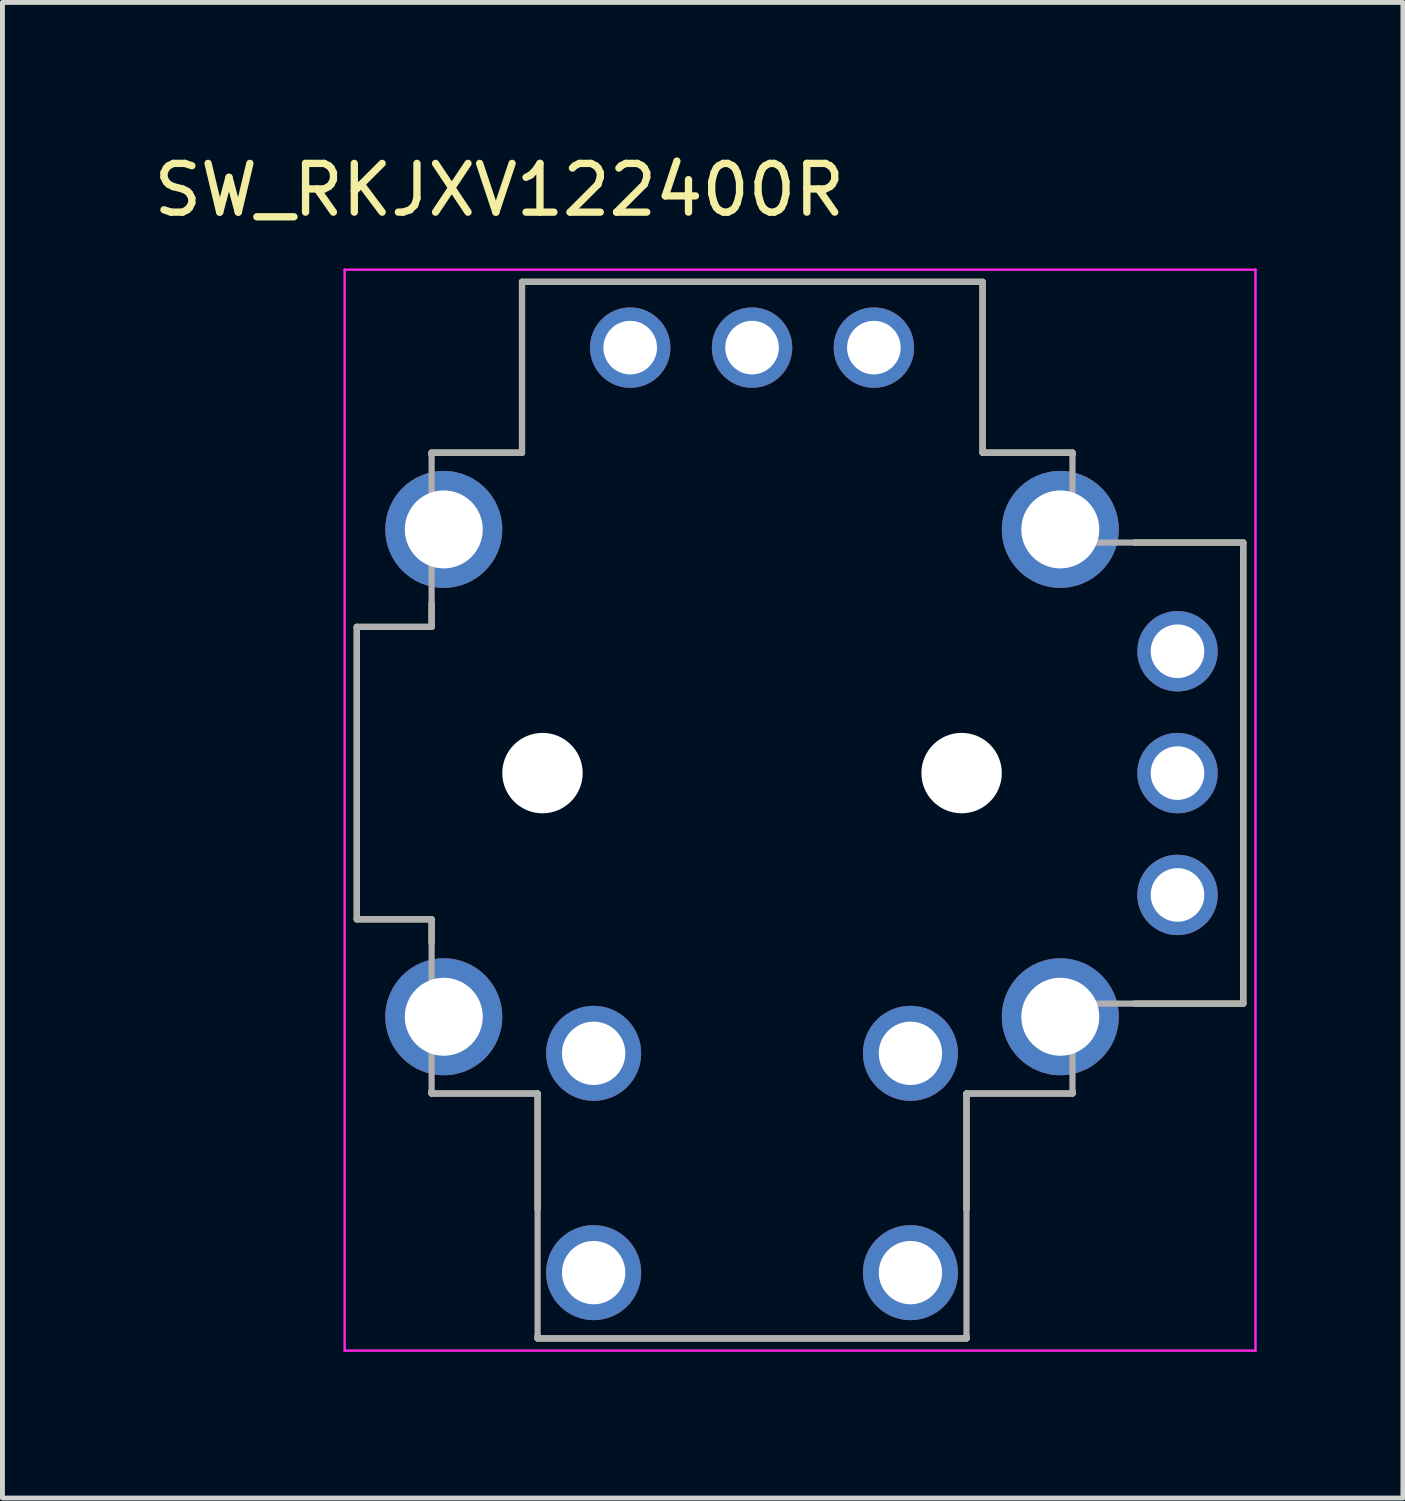
<source format=kicad_pcb>
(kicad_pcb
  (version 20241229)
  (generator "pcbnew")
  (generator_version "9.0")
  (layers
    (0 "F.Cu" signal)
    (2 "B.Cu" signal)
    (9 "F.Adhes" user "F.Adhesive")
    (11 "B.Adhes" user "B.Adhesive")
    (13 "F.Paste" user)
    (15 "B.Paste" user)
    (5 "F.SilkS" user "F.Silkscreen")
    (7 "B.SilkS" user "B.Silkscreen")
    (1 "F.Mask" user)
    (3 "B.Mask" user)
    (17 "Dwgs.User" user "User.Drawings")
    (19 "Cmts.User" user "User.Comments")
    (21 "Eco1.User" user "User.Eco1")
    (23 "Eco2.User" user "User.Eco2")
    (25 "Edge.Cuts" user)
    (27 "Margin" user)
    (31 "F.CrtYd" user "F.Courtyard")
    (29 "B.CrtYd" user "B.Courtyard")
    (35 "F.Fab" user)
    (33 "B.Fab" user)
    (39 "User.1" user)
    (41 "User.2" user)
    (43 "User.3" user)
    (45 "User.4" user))
  (footprint "SW_RKJXV122400R"
    (layer "F.Cu")
    (at 12.381 12.813)
    (property "Reference" "SW_RKJXV122400R" (at -5.185 -11.965 0) (layer "F.SilkS") (effects (font (size 1 1) (thickness 0.15))))
    (attr through_hole)
    (fp_line (start -8.11 -3) (end -6.575 -3) (stroke (width 0.127) (type solid)) (layer "F.SilkS"))
    (fp_line (start -8.11 3) (end -8.11 -3) (stroke (width 0.127) (type solid)) (layer "F.SilkS"))
    (fp_line (start -6.575 -6.575) (end -4.72 -6.575) (stroke (width 0.127) (type solid)) (layer "F.SilkS"))
    (fp_line (start -6.575 -6.52) (end -6.575 -6.575) (stroke (width 0.127) (type solid)) (layer "F.SilkS"))
    (fp_line (start -6.575 -3) (end -6.575 -3.48) (stroke (width 0.127) (type solid)) (layer "F.SilkS"))
    (fp_line (start -6.575 3) (end -8.11 3) (stroke (width 0.127) (type solid)) (layer "F.SilkS"))
    (fp_line (start -6.575 3.48) (end -6.575 3) (stroke (width 0.127) (type solid)) (layer "F.SilkS"))
    (fp_line (start -6.575 6.575) (end -6.575 6.52) (stroke (width 0.127) (type solid)) (layer "F.SilkS"))
    (fp_line (start -4.72 -10.08) (end 4.73 -10.08) (stroke (width 0.127) (type solid)) (layer "F.SilkS"))
    (fp_line (start -4.72 -6.575) (end -4.72 -10.08) (stroke (width 0.127) (type solid)) (layer "F.SilkS"))
    (fp_line (start -4.4 6.575) (end -6.575 6.575) (stroke (width 0.127) (type solid)) (layer "F.SilkS"))
    (fp_line (start -4.4 8.955) (end -4.4 6.575) (stroke (width 0.127) (type solid)) (layer "F.SilkS"))
    (fp_line (start -4.4 11.6) (end -4.4 11.545) (stroke (width 0.127) (type solid)) (layer "F.SilkS"))
    (fp_line (start 4.4 6.575) (end 4.4 8.955) (stroke (width 0.127) (type solid)) (layer "F.SilkS"))
    (fp_line (start 4.4 11.6) (end -4.4 11.6) (stroke (width 0.127) (type solid)) (layer "F.SilkS"))
    (fp_line (start 4.4 11.6) (end 4.4 11.545) (stroke (width 0.127) (type solid)) (layer "F.SilkS"))
    (fp_line (start 4.73 -10.08) (end 4.73 -6.575) (stroke (width 0.127) (type solid)) (layer "F.SilkS"))
    (fp_line (start 4.73 -6.575) (end 6.575 -6.575) (stroke (width 0.127) (type solid)) (layer "F.SilkS"))
    (fp_line (start 6.575 -6.575) (end 6.575 -6.52) (stroke (width 0.127) (type solid)) (layer "F.SilkS"))
    (fp_line (start 6.575 6.575) (end 4.4 6.575) (stroke (width 0.127) (type solid)) (layer "F.SilkS"))
    (fp_line (start 6.575 6.575) (end 6.575 6.52) (stroke (width 0.127) (type solid)) (layer "F.SilkS"))
    (fp_line (start 7.845 -4.73) (end 10.08 -4.73) (stroke (width 0.127) (type solid)) (layer "F.SilkS"))
    (fp_line (start 10.08 -4.73) (end 10.08 4.73) (stroke (width 0.127) (type solid)) (layer "F.SilkS"))
    (fp_line (start 10.08 4.73) (end 7.845 4.73) (stroke (width 0.127) (type solid)) (layer "F.SilkS"))
    (fp_line (start -8.36 -10.33) (end -8.36 11.85) (stroke (width 0.05) (type solid)) (layer "F.CrtYd"))
    (fp_line (start -8.36 11.85) (end 10.33 11.85) (stroke (width 0.05) (type solid)) (layer "F.CrtYd"))
    (fp_line (start 10.33 -10.33) (end -8.36 -10.33) (stroke (width 0.05) (type solid)) (layer "F.CrtYd"))
    (fp_line (start 10.33 11.85) (end 10.33 -10.33) (stroke (width 0.05) (type solid)) (layer "F.CrtYd"))
    (fp_line (start -8.11 -3) (end -6.575 -3) (stroke (width 0.127) (type solid)) (layer "F.Fab"))
    (fp_line (start -8.11 3) (end -8.11 -3) (stroke (width 0.127) (type solid)) (layer "F.Fab"))
    (fp_line (start -6.575 -6.575) (end -4.72 -6.575) (stroke (width 0.127) (type solid)) (layer "F.Fab"))
    (fp_line (start -6.575 -3) (end -6.575 -6.575) (stroke (width 0.127) (type solid)) (layer "F.Fab"))
    (fp_line (start -6.575 3) (end -8.11 3) (stroke (width 0.127) (type solid)) (layer "F.Fab"))
    (fp_line (start -6.575 6.575) (end -6.575 3) (stroke (width 0.127) (type solid)) (layer "F.Fab"))
    (fp_line (start -4.72 -10.08) (end 4.73 -10.08) (stroke (width 0.127) (type solid)) (layer "F.Fab"))
    (fp_line (start -4.72 -6.575) (end -4.72 -10.08) (stroke (width 0.127) (type solid)) (layer "F.Fab"))
    (fp_line (start -4.4 6.575) (end -6.575 6.575) (stroke (width 0.127) (type solid)) (layer "F.Fab"))
    (fp_line (start -4.4 11.6) (end -4.4 6.575) (stroke (width 0.127) (type solid)) (layer "F.Fab"))
    (fp_line (start 4.4 6.575) (end 4.4 11.6) (stroke (width 0.127) (type solid)) (layer "F.Fab"))
    (fp_line (start 4.4 11.6) (end -4.4 11.6) (stroke (width 0.127) (type solid)) (layer "F.Fab"))
    (fp_line (start 4.73 -10.08) (end 4.73 -6.575) (stroke (width 0.127) (type solid)) (layer "F.Fab"))
    (fp_line (start 4.73 -6.575) (end 6.575 -6.575) (stroke (width 0.127) (type solid)) (layer "F.Fab"))
    (fp_line (start 6.575 -6.575) (end 6.575 -4.73) (stroke (width 0.127) (type solid)) (layer "F.Fab"))
    (fp_line (start 6.575 -4.73) (end 10.08 -4.73) (stroke (width 0.127) (type solid)) (layer "F.Fab"))
    (fp_line (start 6.575 4.73) (end 6.575 6.575) (stroke (width 0.127) (type solid)) (layer "F.Fab"))
    (fp_line (start 6.575 6.575) (end 4.4 6.575) (stroke (width 0.127) (type solid)) (layer "F.Fab"))
    (fp_line (start 10.08 -4.73) (end 10.08 4.73) (stroke (width 0.127) (type solid)) (layer "F.Fab"))
    (fp_line (start 10.08 4.73) (end 6.575 4.73) (stroke (width 0.127) (type solid)) (layer "F.Fab"))
    (pad "" np_thru_hole circle (at -4.3 0) (size 1.65 1.65) (drill 1.65) (layers "*.Cu" "*.Mask"))
    (pad "" np_thru_hole circle (at 4.3 0) (size 1.65 1.65) (drill 1.65) (layers "*.Cu" "*.Mask"))
    (pad "A" thru_hole circle (at -3.25 5.75) (size 1.95 1.95) (drill 1.3) (layers "*.Cu" "*.Mask"))
    (pad "B" thru_hole circle (at -3.25 10.25) (size 1.95 1.95) (drill 1.3) (layers "*.Cu" "*.Mask"))
    (pad "C" thru_hole circle (at 3.25 5.75) (size 1.95 1.95) (drill 1.3) (layers "*.Cu" "*.Mask"))
    (pad "D" thru_hole circle (at 3.25 10.25) (size 1.95 1.95) (drill 1.3) (layers "*.Cu" "*.Mask"))
    (pad "SH1" thru_hole circle (at -6.325 -5) (size 2.4 2.4) (drill 1.6) (layers "*.Cu" "*.Mask"))
    (pad "SH2" thru_hole circle (at 6.325 -5) (size 2.4 2.4) (drill 1.6) (layers "*.Cu" "*.Mask"))
    (pad "SH3" thru_hole circle (at 6.325 5) (size 2.4 2.4) (drill 1.6) (layers "*.Cu" "*.Mask"))
    (pad "SH4" thru_hole circle (at -6.325 5) (size 2.4 2.4) (drill 1.6) (layers "*.Cu" "*.Mask"))
    (pad "VR1_1" thru_hole circle (at 8.73 2.5) (size 1.65 1.65) (drill 1.1) (layers "*.Cu" "*.Mask"))
    (pad "VR1_2" thru_hole circle (at 8.73 0) (size 1.65 1.65) (drill 1.1) (layers "*.Cu" "*.Mask"))
    (pad "VR1_3" thru_hole circle (at 8.73 -2.5) (size 1.65 1.65) (drill 1.1) (layers "*.Cu" "*.Mask"))
    (pad "VR2_1" thru_hole circle (at 2.5 -8.73) (size 1.65 1.65) (drill 1.1) (layers "*.Cu" "*.Mask"))
    (pad "VR2_2" thru_hole circle (at 0 -8.73) (size 1.65 1.65) (drill 1.1) (layers "*.Cu" "*.Mask"))
    (pad "VR2_3" thru_hole circle (at -2.5 -8.73) (size 1.65 1.65) (drill 1.1) (layers "*.Cu" "*.Mask"))
    (zone (net_name "") (layer "F.Cu") (hatch full 0.508) (connect_pads) (min_thickness 1.3) (filled_areas_thickness no) (keepout (tracks not_allowed) (vias not_allowed) (pads not_allowed) (copperpour not_allowed) (footprints allowed)) (placement (enabled no)) (fill) (polygon (pts (xy 10.181 9.313) (xy 10.175 9.441) (xy 10.156 9.567) (xy 10.125 9.691) (xy 10.082 9.811) (xy 10.028 9.926) (xy 9.962 10.035) (xy 9.886 10.138) (xy 9.801 10.232) (xy 9.706 10.318) (xy 9.604 10.394) (xy 9.494 10.46) (xy 9.379 10.514) (xy 9.259 10.557) (xy 9.135 10.588) (xy 9.009 10.607) (xy 8.881 10.613) (xy 8.754 10.607) (xy 8.628 10.588) (xy 8.504 10.557) (xy 8.384 10.514) (xy 8.269 10.46) (xy 8.159 10.394) (xy 8.057 10.318) (xy 7.962 10.232) (xy 7.877 10.138) (xy 7.801 10.035) (xy 7.735 9.926) (xy 7.68 9.811) (xy 7.637 9.691) (xy 7.606 9.567) (xy 7.588 9.441) (xy 7.581 9.313) (xy 7.588 9.186) (xy 7.606 9.06) (xy 7.637 8.936) (xy 7.68 8.816) (xy 7.735 8.7) (xy 7.801 8.591) (xy 7.877 8.489) (xy 7.962 8.394) (xy 8.057 8.308) (xy 8.159 8.232) (xy 8.269 8.167) (xy 8.384 8.112) (xy 8.504 8.069) (xy 8.628 8.038) (xy 8.754 8.02) (xy 8.881 8.013) (xy 9.009 8.02) (xy 9.135 8.038) (xy 9.259 8.069) (xy 9.379 8.112) (xy 9.494 8.167) (xy 9.604 8.232) (xy 9.706 8.308) (xy 9.801 8.394) (xy 9.886 8.489) (xy 9.962 8.591) (xy 10.028 8.7) (xy 10.082 8.816) (xy 10.125 8.936) (xy 10.156 9.06) (xy 10.175 9.186))))
    (zone (net_name "") (layer "F.Cu") (hatch full 0.508) (connect_pads) (min_thickness 1.3) (filled_areas_thickness no) (keepout (tracks not_allowed) (vias not_allowed) (pads not_allowed) (copperpour not_allowed) (footprints allowed)) (placement (enabled no)) (fill) (polygon (pts (xy 10.181 16.313) (xy 10.175 16.441) (xy 10.156 16.567) (xy 10.125 16.691) (xy 10.082 16.811) (xy 10.028 16.926) (xy 9.962 17.035) (xy 9.886 17.138) (xy 9.801 17.232) (xy 9.706 17.318) (xy 9.604 17.394) (xy 9.494 17.46) (xy 9.379 17.514) (xy 9.259 17.557) (xy 9.135 17.588) (xy 9.009 17.607) (xy 8.881 17.613) (xy 8.754 17.607) (xy 8.628 17.588) (xy 8.504 17.557) (xy 8.384 17.514) (xy 8.269 17.46) (xy 8.159 17.394) (xy 8.057 17.318) (xy 7.962 17.232) (xy 7.877 17.138) (xy 7.801 17.035) (xy 7.735 16.926) (xy 7.68 16.811) (xy 7.637 16.691) (xy 7.606 16.567) (xy 7.588 16.441) (xy 7.581 16.313) (xy 7.588 16.186) (xy 7.606 16.06) (xy 7.637 15.936) (xy 7.68 15.816) (xy 7.735 15.7) (xy 7.801 15.591) (xy 7.877 15.489) (xy 7.962 15.394) (xy 8.057 15.308) (xy 8.159 15.232) (xy 8.269 15.167) (xy 8.384 15.112) (xy 8.504 15.069) (xy 8.628 15.038) (xy 8.754 15.02) (xy 8.881 15.013) (xy 9.009 15.02) (xy 9.135 15.038) (xy 9.259 15.069) (xy 9.379 15.112) (xy 9.494 15.167) (xy 9.604 15.232) (xy 9.706 15.308) (xy 9.801 15.394) (xy 9.886 15.489) (xy 9.962 15.591) (xy 10.028 15.7) (xy 10.082 15.816) (xy 10.125 15.936) (xy 10.156 16.06) (xy 10.175 16.186))))
    (zone (net_name "") (layer "F.Cu") (hatch full 0.508) (connect_pads) (min_thickness 1.3) (filled_areas_thickness no) (keepout (tracks not_allowed) (vias not_allowed) (pads not_allowed) (copperpour not_allowed) (footprints allowed)) (placement (enabled no)) (fill) (polygon (pts (xy 17.181 9.313) (xy 17.175 9.441) (xy 17.156 9.567) (xy 17.125 9.691) (xy 17.082 9.811) (xy 17.028 9.926) (xy 16.962 10.035) (xy 16.886 10.138) (xy 16.801 10.232) (xy 16.706 10.318) (xy 16.604 10.394) (xy 16.494 10.46) (xy 16.379 10.514) (xy 16.259 10.557) (xy 16.135 10.588) (xy 16.009 10.607) (xy 15.881 10.613) (xy 15.754 10.607) (xy 15.628 10.588) (xy 15.504 10.557) (xy 15.384 10.514) (xy 15.269 10.46) (xy 15.159 10.394) (xy 15.057 10.318) (xy 14.962 10.232) (xy 14.877 10.138) (xy 14.801 10.035) (xy 14.735 9.926) (xy 14.68 9.811) (xy 14.637 9.691) (xy 14.606 9.567) (xy 14.588 9.441) (xy 14.581 9.313) (xy 14.588 9.186) (xy 14.606 9.06) (xy 14.637 8.936) (xy 14.68 8.816) (xy 14.735 8.7) (xy 14.801 8.591) (xy 14.877 8.489) (xy 14.962 8.394) (xy 15.057 8.308) (xy 15.159 8.232) (xy 15.269 8.167) (xy 15.384 8.112) (xy 15.504 8.069) (xy 15.628 8.038) (xy 15.754 8.02) (xy 15.881 8.013) (xy 16.009 8.02) (xy 16.135 8.038) (xy 16.259 8.069) (xy 16.379 8.112) (xy 16.494 8.167) (xy 16.604 8.232) (xy 16.706 8.308) (xy 16.801 8.394) (xy 16.886 8.489) (xy 16.962 8.591) (xy 17.028 8.7) (xy 17.082 8.816) (xy 17.125 8.936) (xy 17.156 9.06) (xy 17.175 9.186))))
    (zone (net_name "") (layer "F.Cu") (hatch full 0.508) (connect_pads) (min_thickness 1.3) (filled_areas_thickness no) (keepout (tracks not_allowed) (vias not_allowed) (pads not_allowed) (copperpour not_allowed) (footprints allowed)) (placement (enabled no)) (fill) (polygon (pts (xy 17.181 16.313) (xy 17.175 16.441) (xy 17.156 16.567) (xy 17.125 16.691) (xy 17.082 16.811) (xy 17.028 16.926) (xy 16.962 17.035) (xy 16.886 17.138) (xy 16.801 17.232) (xy 16.706 17.318) (xy 16.604 17.394) (xy 16.494 17.46) (xy 16.379 17.514) (xy 16.259 17.557) (xy 16.135 17.588) (xy 16.009 17.607) (xy 15.881 17.613) (xy 15.754 17.607) (xy 15.628 17.588) (xy 15.504 17.557) (xy 15.384 17.514) (xy 15.269 17.46) (xy 15.159 17.394) (xy 15.057 17.318) (xy 14.962 17.232) (xy 14.877 17.138) (xy 14.801 17.035) (xy 14.735 16.926) (xy 14.68 16.811) (xy 14.637 16.691) (xy 14.606 16.567) (xy 14.588 16.441) (xy 14.581 16.313) (xy 14.588 16.186) (xy 14.606 16.06) (xy 14.637 15.936) (xy 14.68 15.816) (xy 14.735 15.7) (xy 14.801 15.591) (xy 14.877 15.489) (xy 14.962 15.394) (xy 15.057 15.308) (xy 15.159 15.232) (xy 15.269 15.167) (xy 15.384 15.112) (xy 15.504 15.069) (xy 15.628 15.038) (xy 15.754 15.02) (xy 15.881 15.013) (xy 16.009 15.02) (xy 16.135 15.038) (xy 16.259 15.069) (xy 16.379 15.112) (xy 16.494 15.167) (xy 16.604 15.232) (xy 16.706 15.308) (xy 16.801 15.394) (xy 16.886 15.489) (xy 16.962 15.591) (xy 17.028 15.7) (xy 17.082 15.816) (xy 17.125 15.936) (xy 17.156 16.06) (xy 17.175 16.186))))
    (zone (net_name "") (layer "F.Cu") (hatch full 0.508) (connect_pads) (min_thickness 0.01) (filled_areas_thickness no) (keepout (tracks not_allowed) (vias not_allowed) (pads not_allowed) (copperpour not_allowed) (footprints allowed)) (placement (enabled no)) (fill) (polygon (pts (xy 10.381 12.813) (xy 10.384 12.708) (xy 10.392 12.604) (xy 10.406 12.5) (xy 10.425 12.397) (xy 10.449 12.295) (xy 10.479 12.195) (xy 10.514 12.096) (xy 10.554 12) (xy 10.599 11.905) (xy 10.649 11.813) (xy 10.704 11.724) (xy 10.763 11.637) (xy 10.827 11.554) (xy 10.895 11.475) (xy 10.967 11.399) (xy 11.043 11.327) (xy 11.122 11.259) (xy 11.205 11.195) (xy 11.292 11.136) (xy 11.381 11.081) (xy 11.473 11.031) (xy 11.568 10.986) (xy 11.664 10.946) (xy 11.763 10.911) (xy 11.863 10.881) (xy 11.965 10.857) (xy 12.068 10.838) (xy 12.172 10.824) (xy 12.276 10.816) (xy 12.381 10.813) (xy 12.486 10.816) (xy 12.59 10.824) (xy 12.694 10.838) (xy 12.797 10.857) (xy 12.899 10.881) (xy 12.999 10.911) (xy 13.098 10.946) (xy 13.194 10.986) (xy 13.289 11.031) (xy 13.381 11.081) (xy 13.47 11.136) (xy 13.557 11.195) (xy 13.64 11.259) (xy 13.719 11.327) (xy 13.795 11.399) (xy 13.867 11.475) (xy 13.935 11.554) (xy 13.999 11.637) (xy 14.058 11.724) (xy 14.113 11.813) (xy 14.163 11.905) (xy 14.208 12) (xy 14.248 12.096) (xy 14.283 12.195) (xy 14.313 12.295) (xy 14.337 12.397) (xy 14.356 12.5) (xy 14.37 12.604) (xy 14.378 12.708) (xy 14.381 12.813) (xy 14.379 12.885) (xy 14.374 12.951) (xy 14.368 13.016) (xy 14.36 13.081) (xy 14.349 13.146) (xy 14.336 13.211) (xy 14.322 13.275) (xy 14.305 13.338) (xy 14.286 13.401) (xy 14.265 13.464) (xy 14.243 13.525) (xy 14.218 13.586) (xy 14.191 13.646) (xy 14.163 13.705) (xy 14.132 13.764) (xy 14.1 13.821) (xy 14.066 13.877) (xy 14.03 13.932) (xy 13.992 13.986) (xy 13.953 14.039) (xy 13.912 14.09) (xy 13.869 14.14) (xy 13.825 14.189) (xy 13.78 14.236) (xy 13.732 14.282) (xy 13.684 14.326) (xy 13.634 14.369) (xy 13.582 14.41) (xy 13.53 14.449) (xy 13.481 14.483) (xy 13.481 19.463) (xy 13.527 19.498) (xy 13.567 19.532) (xy 13.605 19.566) (xy 13.643 19.602) (xy 13.68 19.639) (xy 13.715 19.677) (xy 13.749 19.716) (xy 13.782 19.756) (xy 13.814 19.797) (xy 13.844 19.839) (xy 13.873 19.883) (xy 13.9 19.927) (xy 13.926 19.972) (xy 13.951 20.017) (xy 13.974 20.064) (xy 13.995 20.111) (xy 14.015 20.159) (xy 14.034 20.207) (xy 14.051 20.256) (xy 14.066 20.306) (xy 14.08 20.356) (xy 14.092 20.407) (xy 14.103 20.457) (xy 14.112 20.509) (xy 14.119 20.56) (xy 14.125 20.612) (xy 14.129 20.663) (xy 14.131 20.715) (xy 14.132 20.767) (xy 14.131 20.813) (xy 14.129 20.905) (xy 14.121 20.996) (xy 14.109 21.087) (xy 14.093 21.177) (xy 14.071 21.266) (xy 14.045 21.354) (xy 14.015 21.44) (xy 13.98 21.525) (xy 13.94 21.607) (xy 13.897 21.688) (xy 13.849 21.766) (xy 13.797 21.842) (xy 13.741 21.914) (xy 13.682 21.984) (xy 13.618 22.05) (xy 13.552 22.114) (xy 13.482 22.173) (xy 13.41 22.229) (xy 13.334 22.281) (xy 13.256 22.329) (xy 13.175 22.372) (xy 13.093 22.412) (xy 13.008 22.447) (xy 12.922 22.477) (xy 12.834 22.503) (xy 12.745 22.525) (xy 12.655 22.541) (xy 12.564 22.553) (xy 12.473 22.561) (xy 12.381 22.563) (xy 12.289 22.561) (xy 12.198 22.553) (xy 12.107 22.541) (xy 12.017 22.525) (xy 11.928 22.503) (xy 11.84 22.477) (xy 11.754 22.447) (xy 11.669 22.412) (xy 11.587 22.372) (xy 11.506 22.329) (xy 11.428 22.281) (xy 11.352 22.229) (xy 11.28 22.173) (xy 11.21 22.114) (xy 11.144 22.05) (xy 11.08 21.984) (xy 11.021 21.914) (xy 10.965 21.842) (xy 10.913 21.766) (xy 10.865 21.688) (xy 10.822 21.607) (xy 10.782 21.525) (xy 10.747 21.44) (xy 10.717 21.354) (xy 10.691 21.266) (xy 10.669 21.177) (xy 10.653 21.087) (xy 10.641 20.996) (xy 10.633 20.905) (xy 10.631 20.813) (xy 10.63 20.767) (xy 10.631 20.715) (xy 10.633 20.663) (xy 10.637 20.612) (xy 10.643 20.56) (xy 10.65 20.509) (xy 10.659 20.457) (xy 10.67 20.407) (xy 10.682 20.356) (xy 10.696 20.306) (xy 10.711 20.256) (xy 10.728 20.207) (xy 10.747 20.159) (xy 10.767 20.111) (xy 10.788 20.064) (xy 10.811 20.017) (xy 10.836 19.972) (xy 10.862 19.927) (xy 10.889 19.883) (xy 10.918 19.839) (xy 10.948 19.797) (xy 10.98 19.756) (xy 11.013 19.716) (xy 11.047 19.677) (xy 11.082 19.639) (xy 11.119 19.602) (xy 11.157 19.566) (xy 11.195 19.532) (xy 11.235 19.498) (xy 11.281 19.463) (xy 11.281 14.483) (xy 11.232 14.449) (xy 11.18 14.41) (xy 11.128 14.369) (xy 11.078 14.326) (xy 11.03 14.282) (xy 10.982 14.236) (xy 10.937 14.189) (xy 10.893 14.14) (xy 10.85 14.09) (xy 10.809 14.039) (xy 10.77 13.986) (xy 10.732 13.932) (xy 10.696 13.877) (xy 10.662 13.821) (xy 10.63 13.764) (xy 10.599 13.705) (xy 10.571 13.646) (xy 10.544 13.586) (xy 10.519 13.525) (xy 10.497 13.464) (xy 10.476 13.401) (xy 10.457 13.338) (xy 10.44 13.275) (xy 10.426 13.211) (xy 10.413 13.146) (xy 10.402 13.081) (xy 10.394 13.016) (xy 10.388 12.951) (xy 10.383 12.885))))
    (zone (net_name "") (layers "F.Cu" "B.Cu") (hatch full 0.508) (connect_pads) (min_thickness 1.3) (filled_areas_thickness no) (keepout (tracks allowed) (vias not_allowed) (pads allowed) (copperpour allowed) (footprints allowed)) (placement (enabled no)) (fill) (polygon (pts (xy 10.181 9.313) (xy 10.175 9.441) (xy 10.156 9.567) (xy 10.125 9.691) (xy 10.082 9.811) (xy 10.028 9.926) (xy 9.962 10.035) (xy 9.886 10.138) (xy 9.801 10.232) (xy 9.706 10.318) (xy 9.604 10.394) (xy 9.494 10.46) (xy 9.379 10.514) (xy 9.259 10.557) (xy 9.135 10.588) (xy 9.009 10.607) (xy 8.881 10.613) (xy 8.754 10.607) (xy 8.628 10.588) (xy 8.504 10.557) (xy 8.384 10.514) (xy 8.269 10.46) (xy 8.159 10.394) (xy 8.057 10.318) (xy 7.962 10.232) (xy 7.877 10.138) (xy 7.801 10.035) (xy 7.735 9.926) (xy 7.68 9.811) (xy 7.637 9.691) (xy 7.606 9.567) (xy 7.588 9.441) (xy 7.581 9.313) (xy 7.588 9.186) (xy 7.606 9.06) (xy 7.637 8.936) (xy 7.68 8.816) (xy 7.735 8.7) (xy 7.801 8.591) (xy 7.877 8.489) (xy 7.962 8.394) (xy 8.057 8.308) (xy 8.159 8.232) (xy 8.269 8.167) (xy 8.384 8.112) (xy 8.504 8.069) (xy 8.628 8.038) (xy 8.754 8.02) (xy 8.881 8.013) (xy 9.009 8.02) (xy 9.135 8.038) (xy 9.259 8.069) (xy 9.379 8.112) (xy 9.494 8.167) (xy 9.604 8.232) (xy 9.706 8.308) (xy 9.801 8.394) (xy 9.886 8.489) (xy 9.962 8.591) (xy 10.028 8.7) (xy 10.082 8.816) (xy 10.125 8.936) (xy 10.156 9.06) (xy 10.175 9.186))))
    (zone (net_name "") (layers "F.Cu" "B.Cu") (hatch full 0.508) (connect_pads) (min_thickness 1.3) (filled_areas_thickness no) (keepout (tracks allowed) (vias not_allowed) (pads allowed) (copperpour allowed) (footprints allowed)) (placement (enabled no)) (fill) (polygon (pts (xy 10.181 16.313) (xy 10.175 16.441) (xy 10.156 16.567) (xy 10.125 16.691) (xy 10.082 16.811) (xy 10.028 16.926) (xy 9.962 17.035) (xy 9.886 17.138) (xy 9.801 17.232) (xy 9.706 17.318) (xy 9.604 17.394) (xy 9.494 17.46) (xy 9.379 17.514) (xy 9.259 17.557) (xy 9.135 17.588) (xy 9.009 17.607) (xy 8.881 17.613) (xy 8.754 17.607) (xy 8.628 17.588) (xy 8.504 17.557) (xy 8.384 17.514) (xy 8.269 17.46) (xy 8.159 17.394) (xy 8.057 17.318) (xy 7.962 17.232) (xy 7.877 17.138) (xy 7.801 17.035) (xy 7.735 16.926) (xy 7.68 16.811) (xy 7.637 16.691) (xy 7.606 16.567) (xy 7.588 16.441) (xy 7.581 16.313) (xy 7.588 16.186) (xy 7.606 16.06) (xy 7.637 15.936) (xy 7.68 15.816) (xy 7.735 15.7) (xy 7.801 15.591) (xy 7.877 15.489) (xy 7.962 15.394) (xy 8.057 15.308) (xy 8.159 15.232) (xy 8.269 15.167) (xy 8.384 15.112) (xy 8.504 15.069) (xy 8.628 15.038) (xy 8.754 15.02) (xy 8.881 15.013) (xy 9.009 15.02) (xy 9.135 15.038) (xy 9.259 15.069) (xy 9.379 15.112) (xy 9.494 15.167) (xy 9.604 15.232) (xy 9.706 15.308) (xy 9.801 15.394) (xy 9.886 15.489) (xy 9.962 15.591) (xy 10.028 15.7) (xy 10.082 15.816) (xy 10.125 15.936) (xy 10.156 16.06) (xy 10.175 16.186))))
    (zone (net_name "") (layers "F.Cu" "B.Cu") (hatch full 0.508) (connect_pads) (min_thickness 1.3) (filled_areas_thickness no) (keepout (tracks allowed) (vias not_allowed) (pads allowed) (copperpour allowed) (footprints allowed)) (placement (enabled no)) (fill) (polygon (pts (xy 17.181 9.313) (xy 17.175 9.441) (xy 17.156 9.567) (xy 17.125 9.691) (xy 17.082 9.811) (xy 17.028 9.926) (xy 16.962 10.035) (xy 16.886 10.138) (xy 16.801 10.232) (xy 16.706 10.318) (xy 16.604 10.394) (xy 16.494 10.46) (xy 16.379 10.514) (xy 16.259 10.557) (xy 16.135 10.588) (xy 16.009 10.607) (xy 15.881 10.613) (xy 15.754 10.607) (xy 15.628 10.588) (xy 15.504 10.557) (xy 15.384 10.514) (xy 15.269 10.46) (xy 15.159 10.394) (xy 15.057 10.318) (xy 14.962 10.232) (xy 14.877 10.138) (xy 14.801 10.035) (xy 14.735 9.926) (xy 14.68 9.811) (xy 14.637 9.691) (xy 14.606 9.567) (xy 14.588 9.441) (xy 14.581 9.313) (xy 14.588 9.186) (xy 14.606 9.06) (xy 14.637 8.936) (xy 14.68 8.816) (xy 14.735 8.7) (xy 14.801 8.591) (xy 14.877 8.489) (xy 14.962 8.394) (xy 15.057 8.308) (xy 15.159 8.232) (xy 15.269 8.167) (xy 15.384 8.112) (xy 15.504 8.069) (xy 15.628 8.038) (xy 15.754 8.02) (xy 15.881 8.013) (xy 16.009 8.02) (xy 16.135 8.038) (xy 16.259 8.069) (xy 16.379 8.112) (xy 16.494 8.167) (xy 16.604 8.232) (xy 16.706 8.308) (xy 16.801 8.394) (xy 16.886 8.489) (xy 16.962 8.591) (xy 17.028 8.7) (xy 17.082 8.816) (xy 17.125 8.936) (xy 17.156 9.06) (xy 17.175 9.186))))
    (zone (net_name "") (layers "F.Cu" "B.Cu") (hatch full 0.508) (connect_pads) (min_thickness 1.3) (filled_areas_thickness no) (keepout (tracks allowed) (vias not_allowed) (pads allowed) (copperpour allowed) (footprints allowed)) (placement (enabled no)) (fill) (polygon (pts (xy 17.181 16.313) (xy 17.175 16.441) (xy 17.156 16.567) (xy 17.125 16.691) (xy 17.082 16.811) (xy 17.028 16.926) (xy 16.962 17.035) (xy 16.886 17.138) (xy 16.801 17.232) (xy 16.706 17.318) (xy 16.604 17.394) (xy 16.494 17.46) (xy 16.379 17.514) (xy 16.259 17.557) (xy 16.135 17.588) (xy 16.009 17.607) (xy 15.881 17.613) (xy 15.754 17.607) (xy 15.628 17.588) (xy 15.504 17.557) (xy 15.384 17.514) (xy 15.269 17.46) (xy 15.159 17.394) (xy 15.057 17.318) (xy 14.962 17.232) (xy 14.877 17.138) (xy 14.801 17.035) (xy 14.735 16.926) (xy 14.68 16.811) (xy 14.637 16.691) (xy 14.606 16.567) (xy 14.588 16.441) (xy 14.581 16.313) (xy 14.588 16.186) (xy 14.606 16.06) (xy 14.637 15.936) (xy 14.68 15.816) (xy 14.735 15.7) (xy 14.801 15.591) (xy 14.877 15.489) (xy 14.962 15.394) (xy 15.057 15.308) (xy 15.159 15.232) (xy 15.269 15.167) (xy 15.384 15.112) (xy 15.504 15.069) (xy 15.628 15.038) (xy 15.754 15.02) (xy 15.881 15.013) (xy 16.009 15.02) (xy 16.135 15.038) (xy 16.259 15.069) (xy 16.379 15.112) (xy 16.494 15.167) (xy 16.604 15.232) (xy 16.706 15.308) (xy 16.801 15.394) (xy 16.886 15.489) (xy 16.962 15.591) (xy 17.028 15.7) (xy 17.082 15.816) (xy 17.125 15.936) (xy 17.156 16.06) (xy 17.175 16.186))))
    (zone (net_name "") (layers "F.Cu" "B.Cu") (hatch full 0.508) (connect_pads) (min_thickness 0.01) (filled_areas_thickness no) (keepout (tracks allowed) (vias not_allowed) (pads allowed) (copperpour allowed) (footprints allowed)) (placement (enabled no)) (fill) (polygon (pts (xy 10.381 12.813) (xy 10.384 12.708) (xy 10.392 12.604) (xy 10.406 12.5) (xy 10.425 12.397) (xy 10.449 12.295) (xy 10.479 12.195) (xy 10.514 12.096) (xy 10.554 12) (xy 10.599 11.905) (xy 10.649 11.813) (xy 10.704 11.724) (xy 10.763 11.637) (xy 10.827 11.554) (xy 10.895 11.475) (xy 10.967 11.399) (xy 11.043 11.327) (xy 11.122 11.259) (xy 11.205 11.195) (xy 11.292 11.136) (xy 11.381 11.081) (xy 11.473 11.031) (xy 11.568 10.986) (xy 11.664 10.946) (xy 11.763 10.911) (xy 11.863 10.881) (xy 11.965 10.857) (xy 12.068 10.838) (xy 12.172 10.824) (xy 12.276 10.816) (xy 12.381 10.813) (xy 12.486 10.816) (xy 12.59 10.824) (xy 12.694 10.838) (xy 12.797 10.857) (xy 12.899 10.881) (xy 12.999 10.911) (xy 13.098 10.946) (xy 13.194 10.986) (xy 13.289 11.031) (xy 13.381 11.081) (xy 13.47 11.136) (xy 13.557 11.195) (xy 13.64 11.259) (xy 13.719 11.327) (xy 13.795 11.399) (xy 13.867 11.475) (xy 13.935 11.554) (xy 13.999 11.637) (xy 14.058 11.724) (xy 14.113 11.813) (xy 14.163 11.905) (xy 14.208 12) (xy 14.248 12.096) (xy 14.283 12.195) (xy 14.313 12.295) (xy 14.337 12.397) (xy 14.356 12.5) (xy 14.37 12.604) (xy 14.378 12.708) (xy 14.381 12.813) (xy 14.379 12.885) (xy 14.374 12.951) (xy 14.368 13.016) (xy 14.36 13.081) (xy 14.349 13.146) (xy 14.336 13.211) (xy 14.322 13.275) (xy 14.305 13.338) (xy 14.286 13.401) (xy 14.265 13.464) (xy 14.243 13.525) (xy 14.218 13.586) (xy 14.191 13.646) (xy 14.163 13.705) (xy 14.132 13.764) (xy 14.1 13.821) (xy 14.066 13.877) (xy 14.03 13.932) (xy 13.992 13.986) (xy 13.953 14.039) (xy 13.912 14.09) (xy 13.869 14.14) (xy 13.825 14.189) (xy 13.78 14.236) (xy 13.732 14.282) (xy 13.684 14.326) (xy 13.634 14.369) (xy 13.582 14.41) (xy 13.53 14.449) (xy 13.481 14.483) (xy 13.481 19.463) (xy 13.527 19.498) (xy 13.567 19.532) (xy 13.605 19.566) (xy 13.643 19.602) (xy 13.68 19.639) (xy 13.715 19.677) (xy 13.749 19.716) (xy 13.782 19.756) (xy 13.814 19.797) (xy 13.844 19.839) (xy 13.873 19.883) (xy 13.9 19.927) (xy 13.926 19.972) (xy 13.951 20.017) (xy 13.974 20.064) (xy 13.995 20.111) (xy 14.015 20.159) (xy 14.034 20.207) (xy 14.051 20.256) (xy 14.066 20.306) (xy 14.08 20.356) (xy 14.092 20.407) (xy 14.103 20.457) (xy 14.112 20.509) (xy 14.119 20.56) (xy 14.125 20.612) (xy 14.129 20.663) (xy 14.131 20.715) (xy 14.132 20.767) (xy 14.131 20.813) (xy 14.129 20.905) (xy 14.121 20.996) (xy 14.109 21.087) (xy 14.093 21.177) (xy 14.071 21.266) (xy 14.045 21.354) (xy 14.015 21.44) (xy 13.98 21.525) (xy 13.94 21.607) (xy 13.897 21.688) (xy 13.849 21.766) (xy 13.797 21.842) (xy 13.741 21.914) (xy 13.682 21.984) (xy 13.618 22.05) (xy 13.552 22.114) (xy 13.482 22.173) (xy 13.41 22.229) (xy 13.334 22.281) (xy 13.256 22.329) (xy 13.175 22.372) (xy 13.093 22.412) (xy 13.008 22.447) (xy 12.922 22.477) (xy 12.834 22.503) (xy 12.745 22.525) (xy 12.655 22.541) (xy 12.564 22.553) (xy 12.473 22.561) (xy 12.381 22.563) (xy 12.289 22.561) (xy 12.198 22.553) (xy 12.107 22.541) (xy 12.017 22.525) (xy 11.928 22.503) (xy 11.84 22.477) (xy 11.754 22.447) (xy 11.669 22.412) (xy 11.587 22.372) (xy 11.506 22.329) (xy 11.428 22.281) (xy 11.352 22.229) (xy 11.28 22.173) (xy 11.21 22.114) (xy 11.144 22.05) (xy 11.08 21.984) (xy 11.021 21.914) (xy 10.965 21.842) (xy 10.913 21.766) (xy 10.865 21.688) (xy 10.822 21.607) (xy 10.782 21.525) (xy 10.747 21.44) (xy 10.717 21.354) (xy 10.691 21.266) (xy 10.669 21.177) (xy 10.653 21.087) (xy 10.641 20.996) (xy 10.633 20.905) (xy 10.631 20.813) (xy 10.63 20.767) (xy 10.631 20.715) (xy 10.633 20.663) (xy 10.637 20.612) (xy 10.643 20.56) (xy 10.65 20.509) (xy 10.659 20.457) (xy 10.67 20.407) (xy 10.682 20.356) (xy 10.696 20.306) (xy 10.711 20.256) (xy 10.728 20.207) (xy 10.747 20.159) (xy 10.767 20.111) (xy 10.788 20.064) (xy 10.811 20.017) (xy 10.836 19.972) (xy 10.862 19.927) (xy 10.889 19.883) (xy 10.918 19.839) (xy 10.948 19.797) (xy 10.98 19.756) (xy 11.013 19.716) (xy 11.047 19.677) (xy 11.082 19.639) (xy 11.119 19.602) (xy 11.157 19.566) (xy 11.195 19.532) (xy 11.235 19.498) (xy 11.281 19.463) (xy 11.281 14.483) (xy 11.232 14.449) (xy 11.18 14.41) (xy 11.128 14.369) (xy 11.078 14.326) (xy 11.03 14.282) (xy 10.982 14.236) (xy 10.937 14.189) (xy 10.893 14.14) (xy 10.85 14.09) (xy 10.809 14.039) (xy 10.77 13.986) (xy 10.732 13.932) (xy 10.696 13.877) (xy 10.662 13.821) (xy 10.63 13.764) (xy 10.599 13.705) (xy 10.571 13.646) (xy 10.544 13.586) (xy 10.519 13.525) (xy 10.497 13.464) (xy 10.476 13.401) (xy 10.457 13.338) (xy 10.44 13.275) (xy 10.426 13.211) (xy 10.413 13.146) (xy 10.402 13.081) (xy 10.394 13.016) (xy 10.388 12.951) (xy 10.383 12.885)))))
  (gr_rect
    (start -3 -3)
    (end 25.736 27.688)
    (stroke (width 0.1) (type default))
    (fill no)
    (layer "Edge.Cuts")))
</source>
